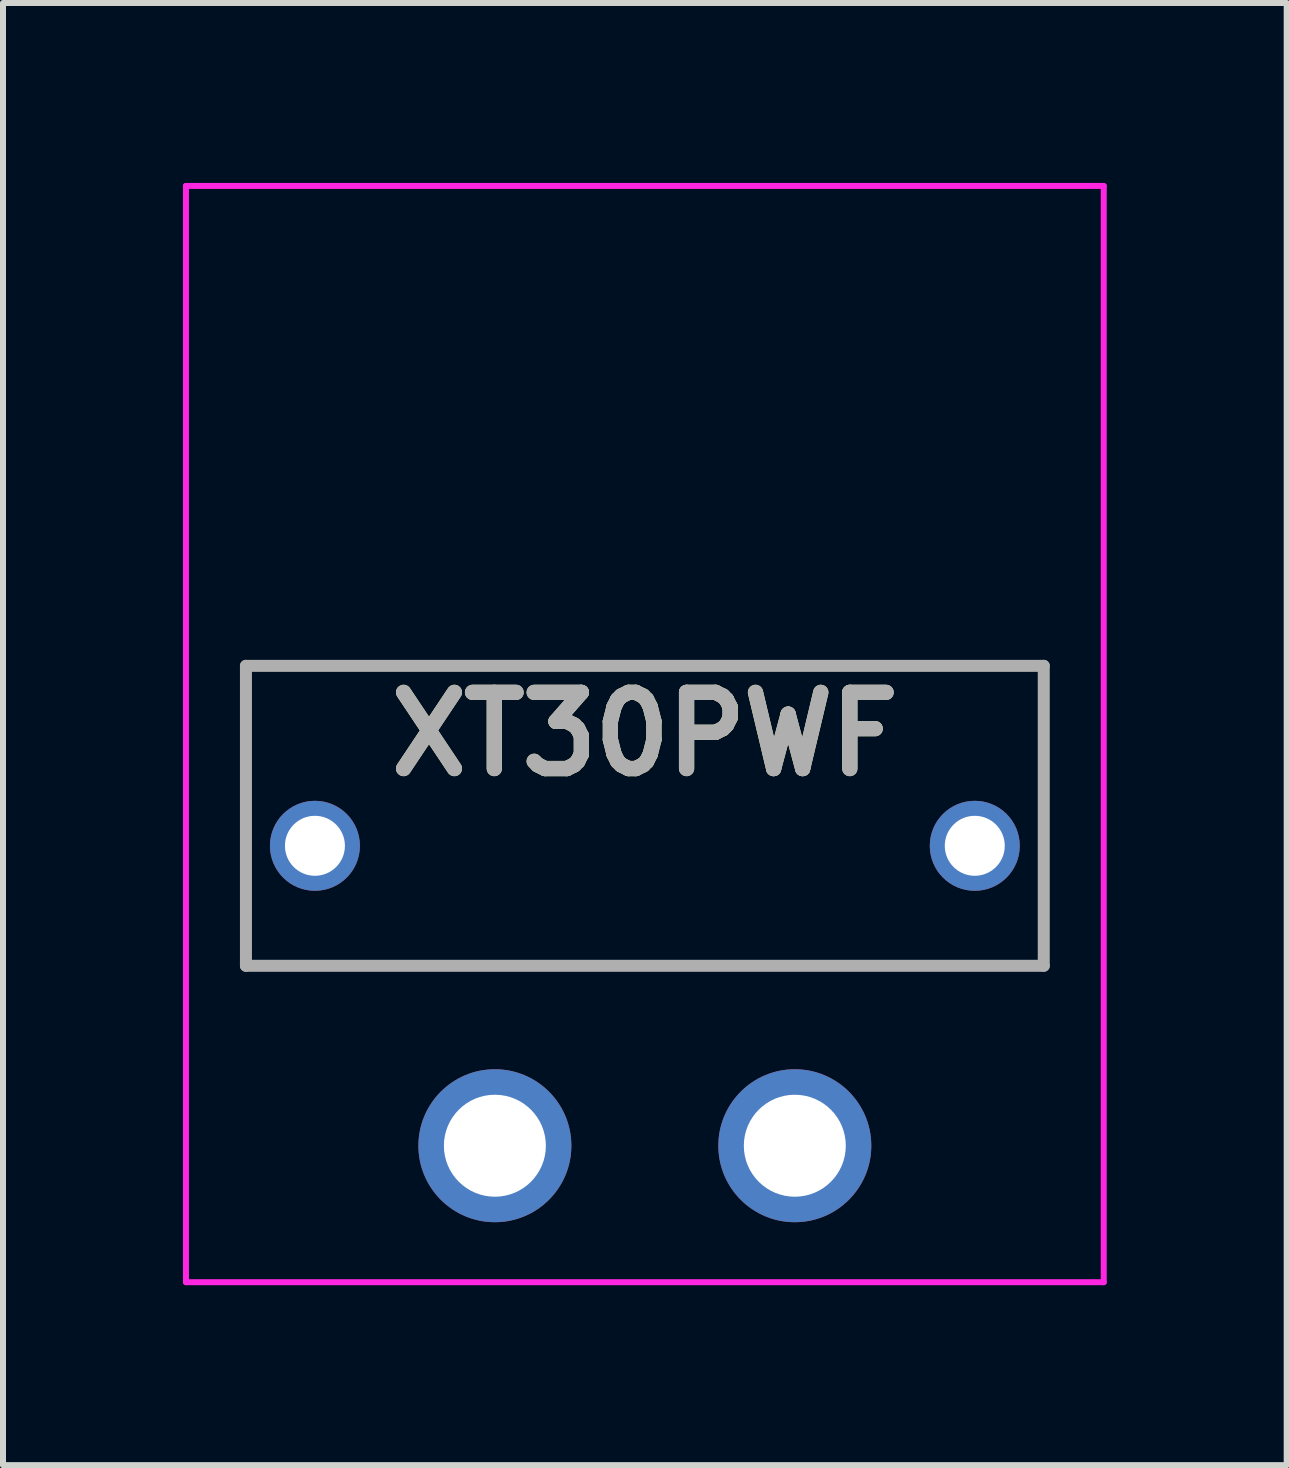
<source format=kicad_pcb>
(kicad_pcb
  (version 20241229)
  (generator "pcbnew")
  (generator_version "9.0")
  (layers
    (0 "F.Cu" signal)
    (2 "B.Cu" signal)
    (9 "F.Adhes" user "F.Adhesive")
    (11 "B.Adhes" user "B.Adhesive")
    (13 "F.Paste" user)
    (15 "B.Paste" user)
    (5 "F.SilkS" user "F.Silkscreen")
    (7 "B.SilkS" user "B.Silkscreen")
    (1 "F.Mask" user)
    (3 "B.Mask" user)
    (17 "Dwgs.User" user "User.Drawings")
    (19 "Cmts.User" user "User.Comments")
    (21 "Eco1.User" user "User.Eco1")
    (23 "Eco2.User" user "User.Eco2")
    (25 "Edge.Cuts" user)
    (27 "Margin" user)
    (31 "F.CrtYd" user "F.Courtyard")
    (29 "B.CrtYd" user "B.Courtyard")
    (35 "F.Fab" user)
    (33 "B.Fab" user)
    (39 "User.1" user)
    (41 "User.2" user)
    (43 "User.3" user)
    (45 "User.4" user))
  (footprint "XT30PWF"
    (layer "F.Cu")
    (at 5.2 16.05)
    (property "Reference" "XT30PWF" (at 2.5 -6.862 0) (layer "F.SilkS") (effects (font (size 1.27 1.27) (thickness 0.254))))
    (attr through_hole)
    (fp_line (start -4.15 -8) (end 9.15 -8) (stroke (width 0.1) (type solid)) (layer "F.SilkS"))
    (fp_line (start -4.15 -3) (end -4.15 -8) (stroke (width 0.1) (type solid)) (layer "F.SilkS"))
    (fp_line (start 9.15 -8) (end 9.15 -3) (stroke (width 0.1) (type solid)) (layer "F.SilkS"))
    (fp_line (start 9.15 -3) (end -4.15 -3) (stroke (width 0.1) (type solid)) (layer "F.SilkS"))
    (fp_line (start -5.15 -16) (end 10.15 -16) (stroke (width 0.1) (type solid)) (layer "F.CrtYd"))
    (fp_line (start -5.15 2.275) (end -5.15 -16) (stroke (width 0.1) (type solid)) (layer "F.CrtYd"))
    (fp_line (start 10.15 -16) (end 10.15 2.275) (stroke (width 0.1) (type solid)) (layer "F.CrtYd"))
    (fp_line (start 10.15 2.275) (end -5.15 2.275) (stroke (width 0.1) (type solid)) (layer "F.CrtYd"))
    (fp_line (start -4.15 -8) (end 9.15 -8) (stroke (width 0.2) (type solid)) (layer "F.Fab"))
    (fp_line (start -4.15 -3) (end -4.15 -8) (stroke (width 0.2) (type solid)) (layer "F.Fab"))
    (fp_line (start 9.15 -8) (end 9.15 -3) (stroke (width 0.2) (type solid)) (layer "F.Fab"))
    (fp_line (start 9.15 -3) (end -4.15 -3) (stroke (width 0.2) (type solid)) (layer "F.Fab"))
    (fp_text user "${REFERENCE}" (at 2.5 -6.862 0) (layer "F.Fab") (effects (font (size 1.27 1.27) (thickness 0.254))))
    (pad "1" thru_hole circle (at 0 0) (size 2.55 2.55) (drill 1.7) (layers "*.Cu" "*.Mask"))
    (pad "2" thru_hole circle (at 5 0) (size 2.55 2.55) (drill 1.7) (layers "*.Cu" "*.Mask"))
    (pad "3" thru_hole circle (at -3 -5) (size 1.5 1.5) (drill 1) (layers "*.Cu" "*.Mask"))
    (pad "4" thru_hole circle (at 8 -5) (size 1.5 1.5) (drill 1) (layers "*.Cu" "*.Mask")))
  (gr_rect
    (start -3 -3)
    (end 18.4 21.375)
    (stroke (width 0.1) (type default))
    (fill no)
    (layer "Edge.Cuts")))
</source>
